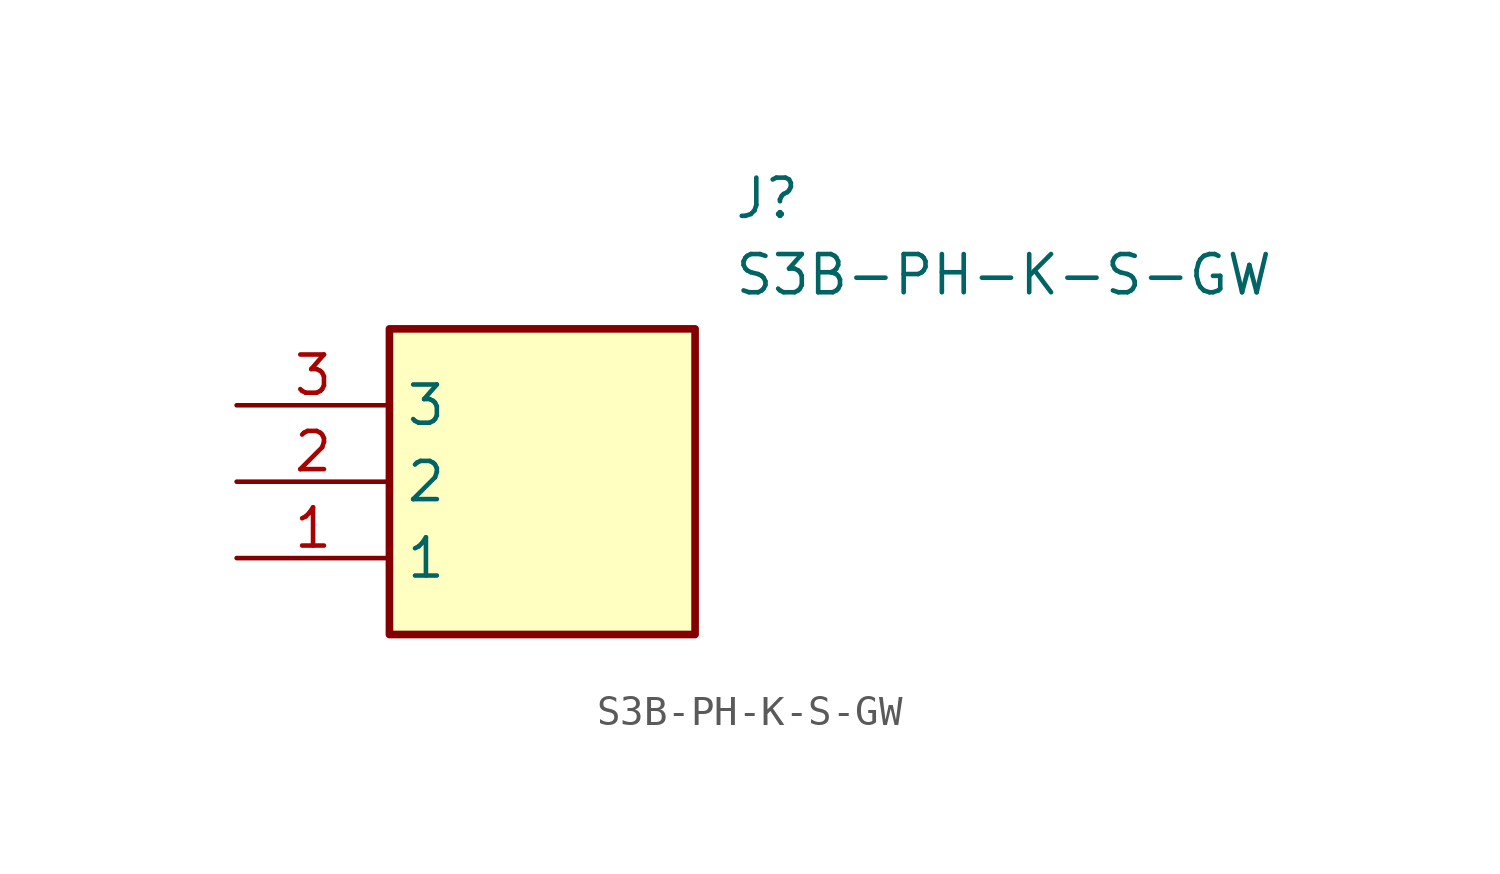
<source format=kicad_sym>
(kicad_symbol_lib
  (version 20211014)
  (generator SamacSys_ECAD_Model)
  (symbol "S3B-PH-K-S-GW"
    (property "Reference" "J"
      (at 16.51 7.62 0)
      (effects (font (size 1.27 1.27)) (justify left top)))
    (property "Value" "S3B-PH-K-S-GW"
      (at 16.51 5.08 0)
      (effects (font (size 1.27 1.27)) (justify left top)))
    (rectangle
      (start 5.08 2.54)
      (end 15.24 -7.62)
      (stroke (width 0.254) (type default))
      (fill (type background)))
    (pin passive line
      (at 0 -5.08 0)
      (length 5.08)
      (name "1" (effects (font (size 1.27 1.27))))
      (number "1" (effects (font (size 1.27 1.27)))))
    (pin passive line
      (at 0 -2.54 0)
      (length 5.08)
      (name "2" (effects (font (size 1.27 1.27))))
      (number "2" (effects (font (size 1.27 1.27)))))
    (pin passive line
      (at 0 0 0)
      (length 5.08)
      (name "3" (effects (font (size 1.27 1.27))))
      (number "3" (effects (font (size 1.27 1.27)))))))
</source>
